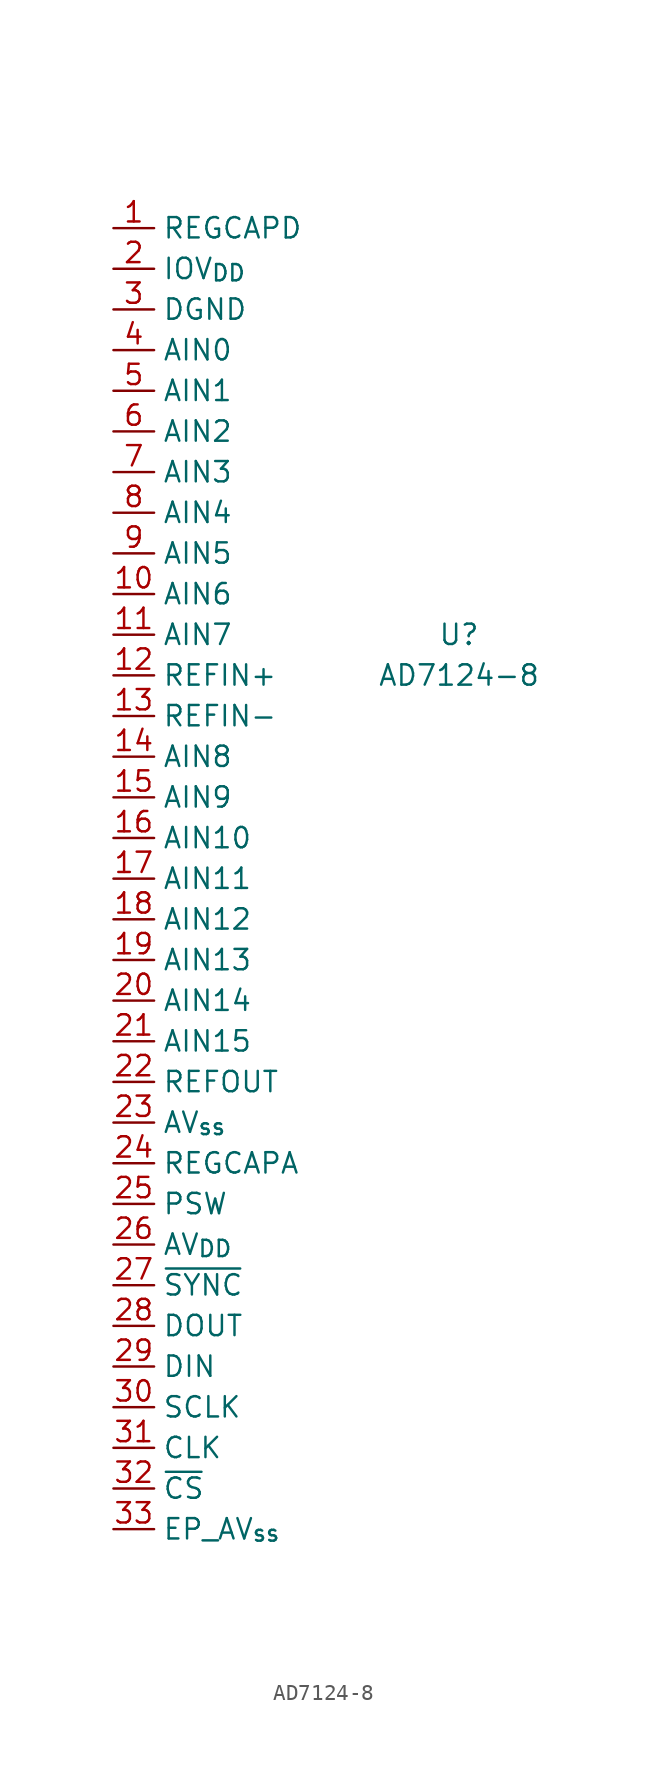
<source format=kicad_sym>
(kicad_symbol_lib
  (version 20220914)
  (generator kicad_symbol_editor)
  (symbol "AD7124-8"
    (property "Reference" "U"
      (at 0 2.54 0)
      (effects (font (size 1.27 1.27))))
    (property "Value" "AD7124-8"
      (at 0 0 0)
      (effects (font (size 1.27 1.27))))
    (symbol "AD7124-8_1_1"
      (pin input line (at -21.59 27.94 0) (length 2.54) (name "REGCAPD" (effects (font (size 1.27 1.27)))) (number "1" (effects (font (size 1.27 1.27)))))
      (pin input line (at -21.59 5.08 0) (length 2.54) (name "AIN6" (effects (font (size 1.27 1.27)))) (number "10" (effects (font (size 1.27 1.27)))))
      (pin input line (at -21.59 2.54 0) (length 2.54) (name "AIN7" (effects (font (size 1.27 1.27)))) (number "11" (effects (font (size 1.27 1.27)))))
      (pin input line (at -21.59 0 0) (length 2.54) (name "REFIN+" (effects (font (size 1.27 1.27)))) (number "12" (effects (font (size 1.27 1.27)))))
      (pin input line (at -21.59 -2.54 0) (length 2.54) (name "REFIN-" (effects (font (size 1.27 1.27)))) (number "13" (effects (font (size 1.27 1.27)))))
      (pin input line (at -21.59 -5.08 0) (length 2.54) (name "AIN8" (effects (font (size 1.27 1.27)))) (number "14" (effects (font (size 1.27 1.27)))))
      (pin input line (at -21.59 -7.62 0) (length 2.54) (name "AIN9" (effects (font (size 1.27 1.27)))) (number "15" (effects (font (size 1.27 1.27)))))
      (pin input line (at -21.59 -10.16 0) (length 2.54) (name "AIN10" (effects (font (size 1.27 1.27)))) (number "16" (effects (font (size 1.27 1.27)))))
      (pin input line (at -21.59 -12.7 0) (length 2.54) (name "AIN11" (effects (font (size 1.27 1.27)))) (number "17" (effects (font (size 1.27 1.27)))))
      (pin input line (at -21.59 -15.24 0) (length 2.54) (name "AIN12" (effects (font (size 1.27 1.27)))) (number "18" (effects (font (size 1.27 1.27)))))
      (pin input line (at -21.59 -17.78 0) (length 2.54) (name "AIN13" (effects (font (size 1.27 1.27)))) (number "19" (effects (font (size 1.27 1.27)))))
      (pin input line (at -21.59 25.4 0) (length 2.54) (name "IOV_{DD}" (effects (font (size 1.27 1.27)))) (number "2" (effects (font (size 1.27 1.27)))))
      (pin input line (at -21.59 -20.32 0) (length 2.54) (name "AIN14" (effects (font (size 1.27 1.27)))) (number "20" (effects (font (size 1.27 1.27)))))
      (pin input line (at -21.59 -22.86 0) (length 2.54) (name "AIN15" (effects (font (size 1.27 1.27)))) (number "21" (effects (font (size 1.27 1.27)))))
      (pin input line (at -21.59 -25.4 0) (length 2.54) (name "REFOUT" (effects (font (size 1.27 1.27)))) (number "22" (effects (font (size 1.27 1.27)))))
      (pin input line (at -21.59 -27.94 0) (length 2.54) (name "AV_{ss}" (effects (font (size 1.27 1.27)))) (number "23" (effects (font (size 1.27 1.27)))))
      (pin input line (at -21.59 -30.48 0) (length 2.54) (name "REGCAPA" (effects (font (size 1.27 1.27)))) (number "24" (effects (font (size 1.27 1.27)))))
      (pin input line (at -21.59 -33.02 0) (length 2.54) (name "PSW" (effects (font (size 1.27 1.27)))) (number "25" (effects (font (size 1.27 1.27)))))
      (pin input line (at -21.59 -35.56 0) (length 2.54) (name "AV_{DD}" (effects (font (size 1.27 1.27)))) (number "26" (effects (font (size 1.27 1.27)))))
      (pin input line (at -21.59 -38.1 0) (length 2.54) (name "~{SYNC}" (effects (font (size 1.27 1.27)))) (number "27" (effects (font (size 1.27 1.27)))))
      (pin input line (at -21.59 -40.64 0) (length 2.54) (name "DOUT" (effects (font (size 1.27 1.27)))) (number "28" (effects (font (size 1.27 1.27)))))
      (pin input line (at -21.59 -43.18 0) (length 2.54) (name "DIN" (effects (font (size 1.27 1.27)))) (number "29" (effects (font (size 1.27 1.27)))))
      (pin input line (at -21.59 22.86 0) (length 2.54) (name "DGND" (effects (font (size 1.27 1.27)))) (number "3" (effects (font (size 1.27 1.27)))))
      (pin input line (at -21.59 -45.72 0) (length 2.54) (name "SCLK" (effects (font (size 1.27 1.27)))) (number "30" (effects (font (size 1.27 1.27)))))
      (pin input line (at -21.59 -48.26 0) (length 2.54) (name "CLK" (effects (font (size 1.27 1.27)))) (number "31" (effects (font (size 1.27 1.27)))))
      (pin input line (at -21.59 -50.8 0) (length 2.54) (name "~{CS}" (effects (font (size 1.27 1.27)))) (number "32" (effects (font (size 1.27 1.27)))))
      (pin input line (at -21.59 -53.34 0) (length 2.54) (name "EP_AV_{ss}" (effects (font (size 1.27 1.27)))) (number "33" (effects (font (size 1.27 1.27)))))
      (pin input line (at -21.59 20.32 0) (length 2.54) (name "AIN0" (effects (font (size 1.27 1.27)))) (number "4" (effects (font (size 1.27 1.27)))))
      (pin input line (at -21.59 17.78 0) (length 2.54) (name "AIN1" (effects (font (size 1.27 1.27)))) (number "5" (effects (font (size 1.27 1.27)))))
      (pin input line (at -21.59 15.24 0) (length 2.54) (name "AIN2" (effects (font (size 1.27 1.27)))) (number "6" (effects (font (size 1.27 1.27)))))
      (pin input line (at -21.59 12.7 0) (length 2.54) (name "AIN3" (effects (font (size 1.27 1.27)))) (number "7" (effects (font (size 1.27 1.27)))))
      (pin input line (at -21.59 10.16 0) (length 2.54) (name "AIN4" (effects (font (size 1.27 1.27)))) (number "8" (effects (font (size 1.27 1.27)))))
      (pin input line (at -21.59 7.62 0) (length 2.54) (name "AIN5" (effects (font (size 1.27 1.27)))) (number "9" (effects (font (size 1.27 1.27))))))))
</source>
